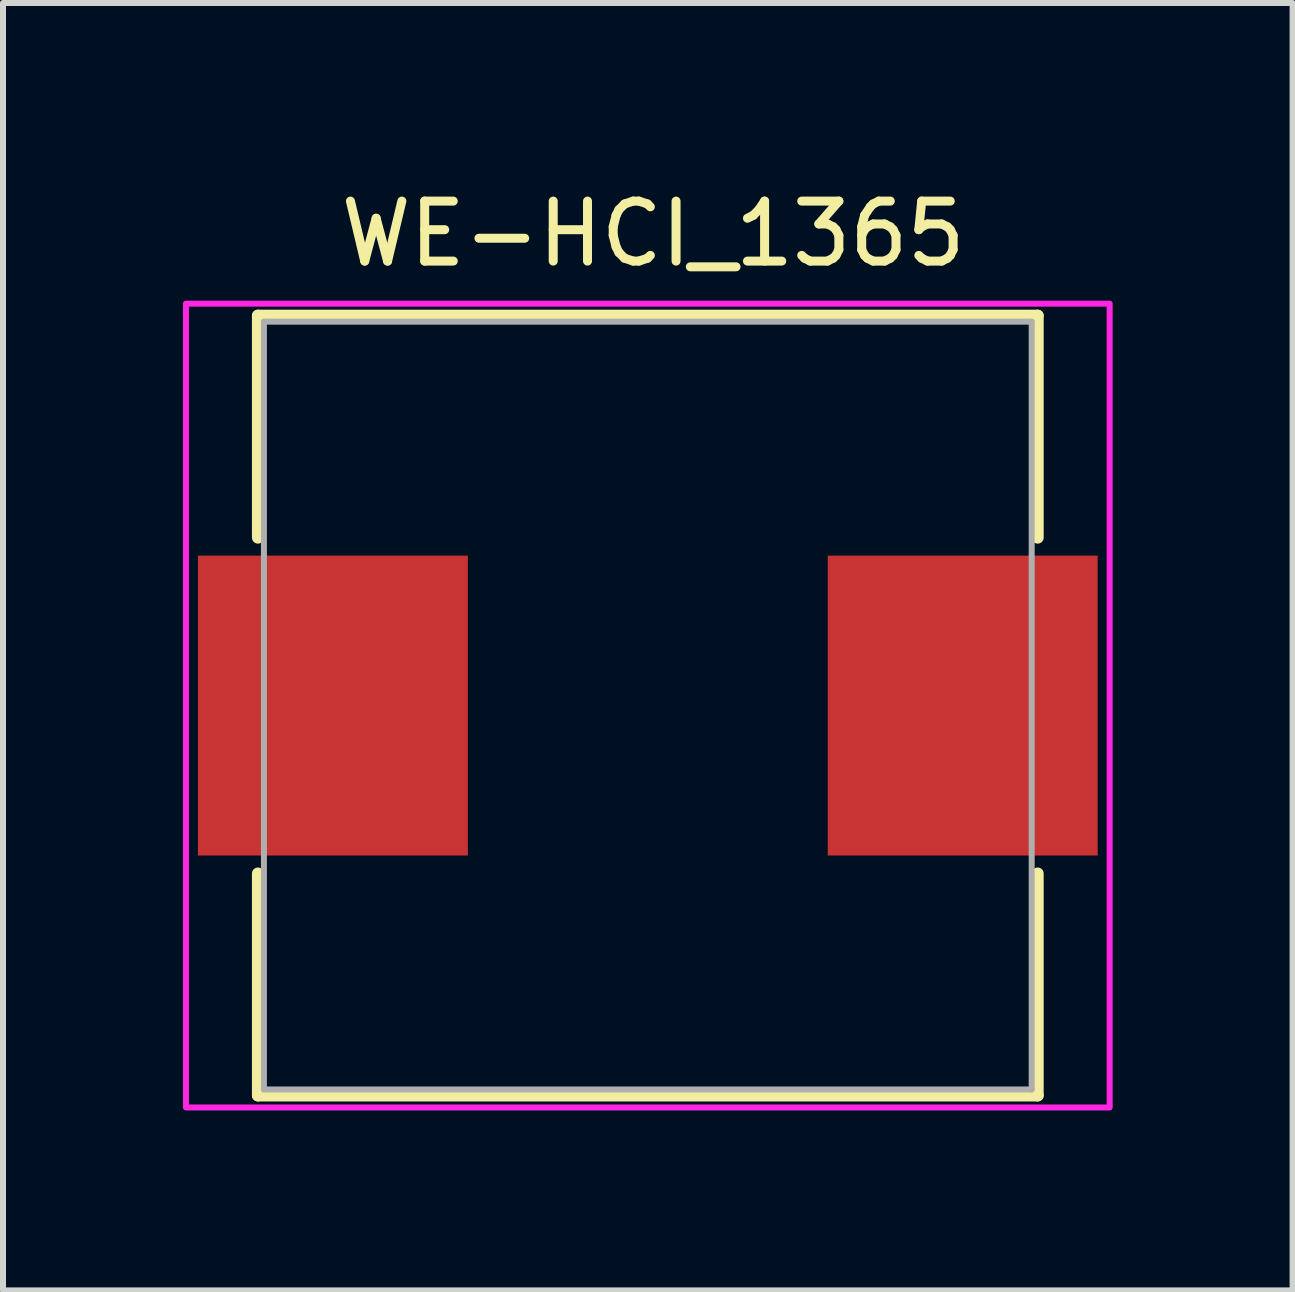
<source format=kicad_pcb>
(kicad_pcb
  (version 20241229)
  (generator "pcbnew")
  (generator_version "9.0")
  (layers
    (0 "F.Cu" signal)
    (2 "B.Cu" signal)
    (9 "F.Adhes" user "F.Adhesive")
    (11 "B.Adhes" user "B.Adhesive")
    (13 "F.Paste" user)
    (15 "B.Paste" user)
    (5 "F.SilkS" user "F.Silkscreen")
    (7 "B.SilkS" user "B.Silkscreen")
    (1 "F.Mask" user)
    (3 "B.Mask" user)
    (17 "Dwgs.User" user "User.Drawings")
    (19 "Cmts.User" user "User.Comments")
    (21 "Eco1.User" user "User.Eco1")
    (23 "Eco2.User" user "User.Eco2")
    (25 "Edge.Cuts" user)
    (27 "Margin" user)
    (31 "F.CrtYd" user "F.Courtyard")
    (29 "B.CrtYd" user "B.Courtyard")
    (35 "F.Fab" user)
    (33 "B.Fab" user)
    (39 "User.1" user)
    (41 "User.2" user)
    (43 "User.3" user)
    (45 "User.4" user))
  (footprint "WE-HCI_1365"
    (layer "F.Cu")
    (at 7.75 8.713)
    (property "Reference" "WE-HCI_1365" (at 0.09 -7.865 0) (layer "F.SilkS") (effects (font (size 1 1) (thickness 0.15))))
    (attr smd)
    (fp_line (start -6.5 -6.5) (end 6.5 -6.5) (stroke (width 0.2) (type solid)) (layer "F.SilkS"))
    (fp_line (start -6.5 -2.8) (end -6.5 -6.5) (stroke (width 0.2) (type solid)) (layer "F.SilkS"))
    (fp_line (start -6.5 2.8) (end -6.5 6.5) (stroke (width 0.2) (type solid)) (layer "F.SilkS"))
    (fp_line (start -6.5 6.5) (end 6.5 6.5) (stroke (width 0.2) (type solid)) (layer "F.SilkS"))
    (fp_line (start 6.5 -6.5) (end 6.5 -2.8) (stroke (width 0.2) (type solid)) (layer "F.SilkS"))
    (fp_line (start 6.5 6.5) (end 6.5 2.8) (stroke (width 0.2) (type solid)) (layer "F.SilkS"))
    (fp_poly (pts (xy -7.7 -6.7) (xy 7.7 -6.7) (xy 7.7 6.7) (xy -7.7 6.7)) (stroke (width 0.1) (type solid)) (fill no) (layer "F.CrtYd"))
    (fp_line (start -6.4 -6.4) (end 6.4 -6.4) (stroke (width 0.1) (type solid)) (layer "F.Fab"))
    (fp_line (start -6.4 6.4) (end -6.4 -6.4) (stroke (width 0.1) (type solid)) (layer "F.Fab"))
    (fp_line (start -6.4 6.4) (end 6.4 6.4) (stroke (width 0.1) (type solid)) (layer "F.Fab"))
    (fp_line (start 6.4 6.4) (end 6.4 -6.4) (stroke (width 0.1) (type solid)) (layer "F.Fab"))
    (pad "1" smd rect (at -5.25 0) (size 4.5 5) (layers "F.Cu" "F.Mask" "F.Paste"))
    (pad "2" smd rect (at 5.25 0) (size 4.5 5) (layers "F.Cu" "F.Mask" "F.Paste")))
  (gr_rect
    (start -3 -3)
    (end 18.5 18.463)
    (stroke (width 0.1) (type default))
    (fill no)
    (layer "Edge.Cuts")))
</source>
